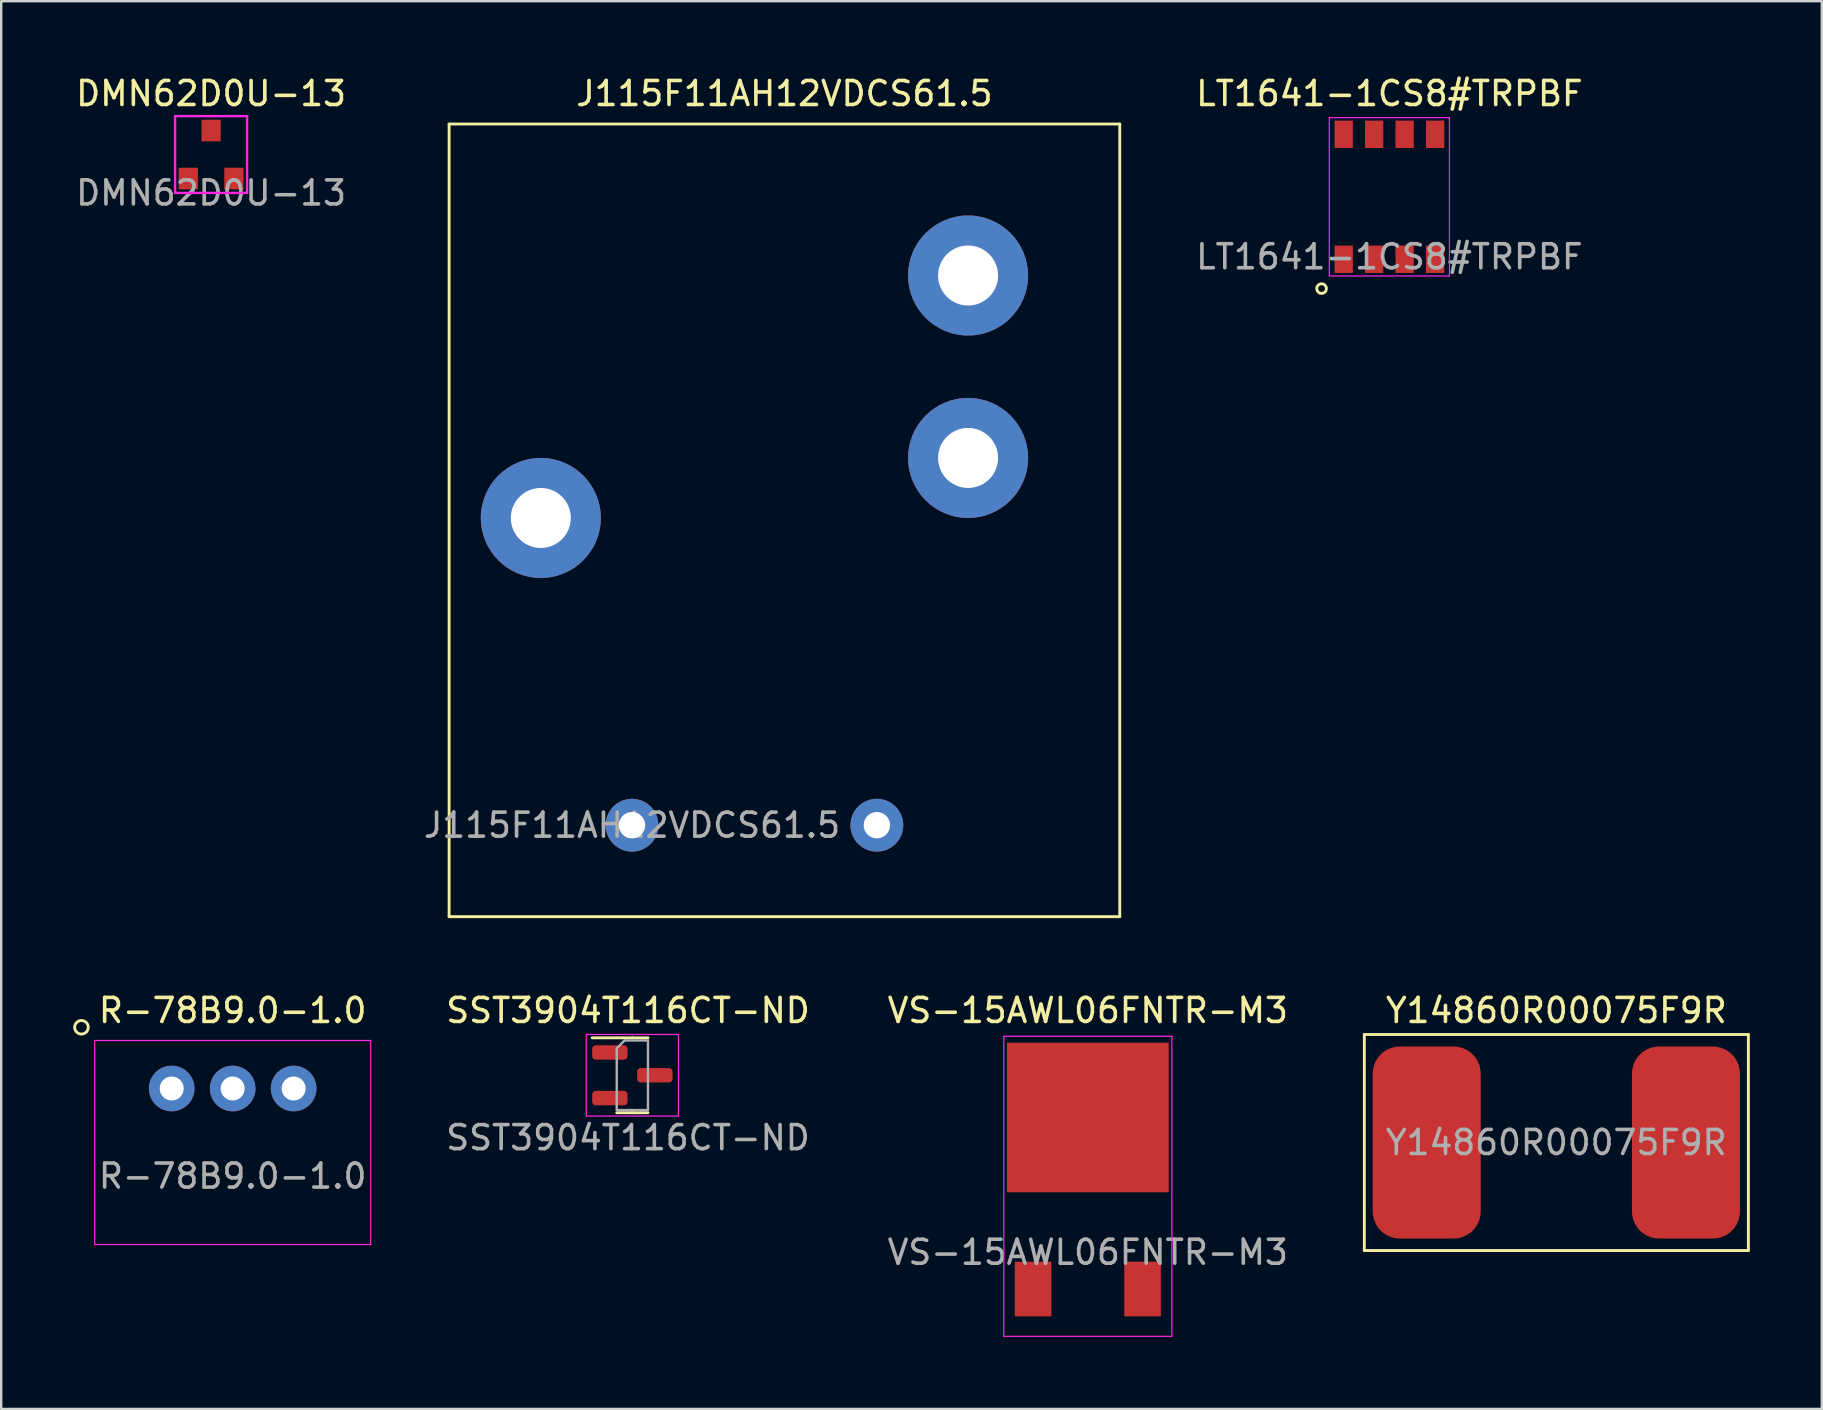
<source format=kicad_pcb>
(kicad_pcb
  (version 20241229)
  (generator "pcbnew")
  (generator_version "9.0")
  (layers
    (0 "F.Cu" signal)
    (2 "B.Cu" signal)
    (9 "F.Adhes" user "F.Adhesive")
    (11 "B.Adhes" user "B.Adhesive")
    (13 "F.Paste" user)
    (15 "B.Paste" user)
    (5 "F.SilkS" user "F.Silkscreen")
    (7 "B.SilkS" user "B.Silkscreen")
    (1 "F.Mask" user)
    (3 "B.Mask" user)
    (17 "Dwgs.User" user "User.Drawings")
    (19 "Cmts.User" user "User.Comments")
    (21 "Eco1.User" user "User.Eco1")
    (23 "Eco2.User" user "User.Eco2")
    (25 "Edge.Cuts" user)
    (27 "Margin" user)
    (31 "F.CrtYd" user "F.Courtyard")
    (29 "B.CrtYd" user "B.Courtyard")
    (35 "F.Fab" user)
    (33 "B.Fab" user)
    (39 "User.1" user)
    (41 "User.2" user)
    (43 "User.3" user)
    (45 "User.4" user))
  (footprint "VS-15AWL06FNTR-M3"
    (layer "F.Cu")
    (at 42.269 46.621)
    (property "Reference" "VS-15AWL06FNTR-M3" (at 0 -7.575 0) (unlocked yes) (layer "F.SilkS") (effects (font (size 1 1) (thickness 0.15))))
    (attr smd)
    (fp_line (start -3.5 -6.5) (end -3.5 6) (stroke (width 0.05) (type solid)) (layer "F.CrtYd"))
    (fp_line (start -3.5 -6.5) (end 3.5 -6.5) (stroke (width 0.05) (type solid)) (layer "F.CrtYd"))
    (fp_line (start 3.5 -6.5) (end 3.5 6) (stroke (width 0.05) (type solid)) (layer "F.CrtYd"))
    (fp_line (start 3.5 6) (end -3.5 6) (stroke (width 0.05) (type solid)) (layer "F.CrtYd"))
    (fp_text user "${REFERENCE}" (at 0 2.5 0) (unlocked yes) (layer "F.Fab") (effects (font (size 1 1) (thickness 0.15))))
    (pad "1" smd rect (at 0 -3.115) (size 6.74 6.23) (layers "F.Cu" "F.Mask" "F.Paste"))
    (pad "2" smd rect (at -2.28 4.03) (size 1.524 2.28) (layers "F.Cu" "F.Mask" "F.Paste"))
    (pad "2" smd rect (at 2.28 4.03) (size 1.524 2.28) (layers "F.Cu" "F.Mask" "F.Paste")))
  (footprint "LT1641-1CS8#TRPBF"
    (layer "F.Cu")
    (at 54.832 5.148)
    (property "Reference" "LT1641-1CS8#TRPBF" (at 0 -4.3 0) (unlocked yes) (layer "F.SilkS") (effects (font (size 1 1) (thickness 0.15))))
    (attr smd)
    (fp_circle (center -2.825 3.825) (end -2.625 3.825) (stroke (width 0.12) (type solid)) (fill no) (layer "F.SilkS"))
    (fp_line (start -2.502 -3.3) (end 2.502 -3.3) (stroke (width 0.05) (type solid)) (layer "F.CrtYd"))
    (fp_line (start -2.502 3.3) (end -2.502 -3.3) (stroke (width 0.05) (type solid)) (layer "F.CrtYd"))
    (fp_line (start 2.502 -3.3) (end 2.502 3.3) (stroke (width 0.05) (type solid)) (layer "F.CrtYd"))
    (fp_line (start 2.502 3.3) (end -2.502 3.3) (stroke (width 0.05) (type solid)) (layer "F.CrtYd"))
    (fp_text user "${REFERENCE}" (at 0 2.5 0) (unlocked yes) (layer "F.Fab") (effects (font (size 1 1) (thickness 0.15))))
    (pad "1" smd rect (at -1.905 2.603) (size 0.762 1.143) (layers "F.Cu" "F.Mask" "F.Paste"))
    (pad "2" smd rect (at -0.635 2.603) (size 0.762 1.143) (layers "F.Cu" "F.Mask" "F.Paste"))
    (pad "3" smd rect (at 0.635 2.603) (size 0.762 1.143) (layers "F.Cu" "F.Mask" "F.Paste"))
    (pad "4" smd rect (at 1.905 2.603) (size 0.762 1.143) (layers "F.Cu" "F.Mask" "F.Paste"))
    (pad "5" smd rect (at 1.905 -2.603) (size 0.762 1.143) (layers "F.Cu" "F.Mask" "F.Paste"))
    (pad "6" smd rect (at 0.635 -2.603) (size 0.762 1.143) (layers "F.Cu" "F.Mask" "F.Paste"))
    (pad "7" smd rect (at -0.635 -2.603) (size 0.762 1.143) (layers "F.Cu" "F.Mask" "F.Paste"))
    (pad "8" smd rect (at -1.905 -2.603) (size 0.762 1.143) (layers "F.Cu" "F.Mask" "F.Paste")))
  (footprint "DMN62D0U-13"
    (layer "F.Cu")
    (at 5.744 3.388)
    (property "Reference" "DMN62D0U-13" (at 0 -2.54 0) (unlocked yes) (layer "F.SilkS") (effects (font (size 1 1) (thickness 0.15))))
    (attr smd)
    (fp_line (start -1.5 -1.6) (end 1.5 -1.6) (stroke (width 0.1) (type solid)) (layer "F.CrtYd"))
    (fp_line (start -1.5 1.6) (end -1.5 -1.6) (stroke (width 0.1) (type solid)) (layer "F.CrtYd"))
    (fp_line (start 1.5 -1.6) (end 1.5 1.6) (stroke (width 0.1) (type solid)) (layer "F.CrtYd"))
    (fp_line (start 1.5 1.6) (end -1.5 1.6) (stroke (width 0.1) (type solid)) (layer "F.CrtYd"))
    (fp_text user "${REFERENCE}" (at 0 1.6 0) (unlocked yes) (layer "F.Fab") (effects (font (size 1 1) (thickness 0.15))))
    (pad "1" smd rect (at -0.95 1) (size 0.8 0.9) (layers "F.Cu" "F.Mask" "F.Paste"))
    (pad "2" smd rect (at 0.95 1) (size 0.8 0.9) (layers "F.Cu" "F.Mask" "F.Paste"))
    (pad "3" smd rect (at 0 -1) (size 0.8 0.9) (layers "F.Cu" "F.Mask" "F.Paste")))
  (footprint "R-78B9.0-1.0"
    (layer "F.Cu")
    (at 6.643 44.547)
    (property "Reference" "R-78B9.0-1.0" (at 0 -5.5 0) (unlocked yes) (layer "F.SilkS") (effects (font (size 1 1) (thickness 0.15))))
    (attr through_hole)
    (fp_circle (center -6.3 -4.8) (end -6.1 -4.6) (stroke (width 0.12) (type solid)) (fill no) (layer "F.SilkS"))
    (fp_line (start -5.75 -4.25) (end 5.75 -4.25) (stroke (width 0.05) (type solid)) (layer "F.CrtYd"))
    (fp_line (start -5.75 4.25) (end -5.75 -4.25) (stroke (width 0.05) (type solid)) (layer "F.CrtYd"))
    (fp_line (start 5.75 -4.25) (end 5.75 4.25) (stroke (width 0.05) (type solid)) (layer "F.CrtYd"))
    (fp_line (start 5.75 4.25) (end -5.75 4.25) (stroke (width 0.05) (type solid)) (layer "F.CrtYd"))
    (fp_text user "${REFERENCE}" (at 0 1.4 0) (unlocked yes) (layer "F.Fab") (effects (font (size 1 1) (thickness 0.15))))
    (pad "1" thru_hole circle (at -2.54 -2.25) (size 1.9 1.9) (drill 1) (layers "*.Cu" "*.Mask"))
    (pad "2" thru_hole circle (at 0 -2.25) (size 1.9 1.9) (drill 1) (layers "*.Cu" "*.Mask"))
    (pad "3" thru_hole circle (at 2.54 -2.25) (size 1.9 1.9) (drill 1) (layers "*.Cu" "*.Mask")))
  (footprint "Y14860R00075F9R"
    (layer "F.Cu")
    (at 61.787 44.547)
    (property "Reference" "Y14860R00075F9R" (at 0 -5.5 0) (unlocked yes) (layer "F.SilkS") (effects (font (size 1 1) (thickness 0.15))))
    (attr smd)
    (fp_line (start -8 -4.5) (end 8 -4.5) (stroke (width 0.12) (type solid)) (layer "F.SilkS"))
    (fp_line (start -8 4.5) (end -8 -4.5) (stroke (width 0.12) (type solid)) (layer "F.SilkS"))
    (fp_line (start 8 -4.5) (end 8 4.5) (stroke (width 0.12) (type solid)) (layer "F.SilkS"))
    (fp_line (start 8 4.5) (end -8 4.5) (stroke (width 0.12) (type solid)) (layer "F.SilkS"))
    (fp_text user "${REFERENCE}" (at 0 0 0) (unlocked yes) (layer "F.Fab") (effects (font (size 1 1) (thickness 0.15))))
    (pad "1" smd roundrect (at -5.4 0) (size 4.5 8) (layers "F.Cu" "F.Mask" "F.Paste") (roundrect_rratio 0.25))
    (pad "2" smd roundrect (at 5.4 0) (size 4.5 8) (layers "F.Cu" "F.Mask" "F.Paste") (roundrect_rratio 0.25)))
  (footprint "SST3904T116CT-ND"
    (layer "F.Cu")
    (at 23.114 41.746)
    (property "Reference" "SST3904T116CT-ND" (at 0 -2.7 0) (unlocked yes) (layer "F.SilkS") (effects (font (size 1 1) (thickness 0.15))))
    (attr smd)
    (fp_line (start 0.18 -1.56) (end -1.495 -1.56) (stroke (width 0.12) (type solid)) (layer "F.SilkS"))
    (fp_line (start 0.18 -1.56) (end 0.83 -1.56) (stroke (width 0.12) (type solid)) (layer "F.SilkS"))
    (fp_line (start 0.18 1.56) (end -0.47 1.56) (stroke (width 0.12) (type solid)) (layer "F.SilkS"))
    (fp_line (start 0.18 1.56) (end 0.83 1.56) (stroke (width 0.12) (type solid)) (layer "F.SilkS"))
    (fp_line (start -1.74 -1.7) (end -1.74 1.7) (stroke (width 0.05) (type solid)) (layer "F.CrtYd"))
    (fp_line (start -1.74 1.7) (end 2.1 1.7) (stroke (width 0.05) (type solid)) (layer "F.CrtYd"))
    (fp_line (start 2.1 -1.7) (end -1.74 -1.7) (stroke (width 0.05) (type solid)) (layer "F.CrtYd"))
    (fp_line (start 2.1 1.7) (end 2.1 -1.7) (stroke (width 0.05) (type solid)) (layer "F.CrtYd"))
    (fp_line (start -0.47 -1.125) (end -0.145 -1.45) (stroke (width 0.1) (type solid)) (layer "F.Fab"))
    (fp_line (start -0.47 1.45) (end -0.47 -1.125) (stroke (width 0.1) (type solid)) (layer "F.Fab"))
    (fp_line (start -0.145 -1.45) (end 0.83 -1.45) (stroke (width 0.1) (type solid)) (layer "F.Fab"))
    (fp_line (start 0.83 -1.45) (end 0.83 1.45) (stroke (width 0.1) (type solid)) (layer "F.Fab"))
    (fp_line (start 0.83 1.45) (end -0.47 1.45) (stroke (width 0.1) (type solid)) (layer "F.Fab"))
    (fp_text user "${REFERENCE}" (at 0 2.6 0) (unlocked yes) (layer "F.Fab") (effects (font (size 1 1) (thickness 0.15))))
    (pad "1" smd roundrect (at -0.757 0.95) (size 1.475 0.6) (layers "F.Cu" "F.Mask" "F.Paste") (roundrect_rratio 0.25))
    (pad "2" smd roundrect (at -0.757 -0.95) (size 1.475 0.6) (layers "F.Cu" "F.Mask" "F.Paste") (roundrect_rratio 0.25))
    (pad "3" smd roundrect (at 1.117 0) (size 1.475 0.6) (layers "F.Cu" "F.Mask" "F.Paste") (roundrect_rratio 0.25)))
  (footprint "J115F11AH12VDCS61.5"
    (layer "F.Cu")
    (at 23.28 31.328)
    (property "Reference" "J115F11AH12VDCS61.5" (at 6.35 -30.48 0) (unlocked yes) (layer "F.SilkS") (effects (font (size 1 1) (thickness 0.15))))
    (attr through_hole)
    (fp_line (start -7.62 -29.21) (end -7.62 3.81) (stroke (width 0.12) (type solid)) (layer "F.SilkS"))
    (fp_line (start -7.62 3.81) (end 20.32 3.81) (stroke (width 0.12) (type solid)) (layer "F.SilkS"))
    (fp_line (start 20.32 -29.21) (end -7.62 -29.21) (stroke (width 0.12) (type solid)) (layer "F.SilkS"))
    (fp_line (start 20.32 3.81) (end 20.32 -29.21) (stroke (width 0.12) (type solid)) (layer "F.SilkS"))
    (fp_text user "${REFERENCE}" (at 0 0 0) (unlocked yes) (layer "F.Fab") (effects (font (size 1 1) (thickness 0.15))))
    (pad "1" thru_hole circle (at 0 0) (size 2.2 2.2) (drill 1.1) (layers "*.Cu" "*.Mask"))
    (pad "2" thru_hole circle (at 10.2 0) (size 2.2 2.2) (drill 1.1) (layers "*.Cu" "*.Mask"))
    (pad "3" thru_hole circle (at -3.8 -12.8) (size 5 5) (drill 2.5) (layers "*.Cu" "*.Mask"))
    (pad "4" thru_hole circle (at 14 -22.9) (size 5 5) (drill 2.5) (layers "*.Cu" "*.Mask"))
    (pad "5" thru_hole circle (at 14 -15.3) (size 5 5) (drill 2.5) (layers "*.Cu" "*.Mask")))
  (gr_rect
    (start -3 -3)
    (end 72.847 55.647)
    (stroke (width 0.1) (type default))
    (fill no)
    (layer "Edge.Cuts")))
</source>
